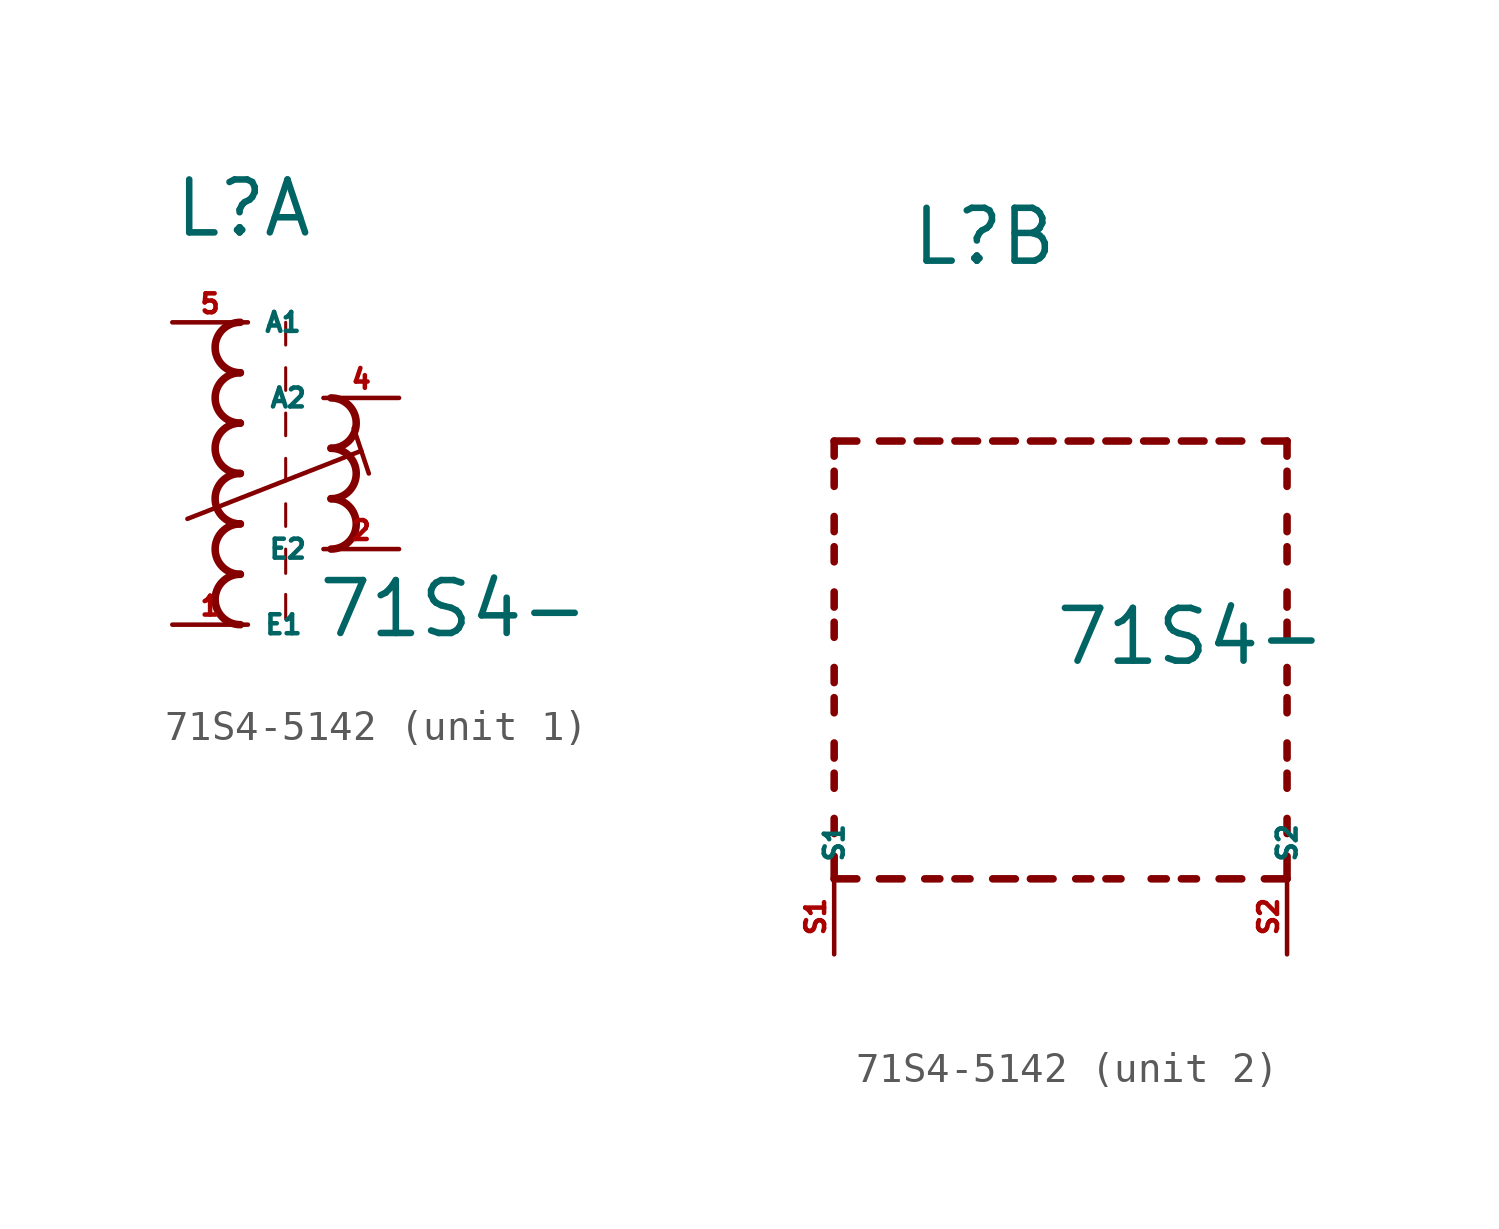
<source format=kicad_sym>
(kicad_symbol_lib
  (version 20220914)
  (generator kicad_symbol_editor)
  (symbol "71S4-5142"
    (property "Reference" "L"
      (at -2.54 7.874 0)
      (effects (font (size 1.778 1.778) (thickness 0.22)) (justify left bottom)))
    (property "Value" "71S4-"
      (at 2.286 -5.588 0)
      (effects (font (size 1.778 1.778) (thickness 0.22)) (justify left bottom)))
    (symbol "71S4-5142_1_0"
      (arc (start -0.254 -3.3866) (mid -1.1004 -4.2333) (end -0.254 -5.08) (stroke (width 0.254) (type default)) (fill (type none)))
      (arc (start -0.254 -1.6932) (mid -1.1004 -2.5399) (end -0.254 -3.3866) (stroke (width 0.254) (type default)) (fill (type none)))
      (arc (start -0.254 0) (mid -1.1004 -0.8467) (end -0.254 -1.6934) (stroke (width 0.254) (type default)) (fill (type none)))
      (arc (start -0.254 1.6934) (mid -1.1004 0.8467) (end -0.254 0) (stroke (width 0.254) (type default)) (fill (type none)))
      (arc (start -0.254 3.3866) (mid -1.1002 2.54) (end -0.254 1.6934) (stroke (width 0.254) (type default)) (fill (type none)))
      (arc (start -0.254 5.08) (mid -1.1004 4.2333) (end -0.254 3.3866) (stroke (width 0.254) (type default)) (fill (type none)))
      (polyline (pts (xy -2.032 -1.524) (xy 3.81 0.762)) (stroke (width 0.152) (type default)) (fill (type none)))
      (polyline (pts (xy 1.27 -4.064) (xy 1.27 -4.88)) (stroke (width 0.102) (type default)) (fill (type none)))
      (polyline (pts (xy 1.27 -2.54) (xy 1.27 -3.356)) (stroke (width 0.102) (type default)) (fill (type none)))
      (polyline (pts (xy 1.27 -1.016) (xy 1.27 -1.778)) (stroke (width 0.102) (type default)) (fill (type none)))
      (polyline (pts (xy 1.27 0.508) (xy 1.27 -0.254)) (stroke (width 0.102) (type default)) (fill (type none)))
      (polyline (pts (xy 1.27 2.032) (xy 1.27 1.27)) (stroke (width 0.102) (type default)) (fill (type none)))
      (polyline (pts (xy 1.27 3.556) (xy 1.27 2.794)) (stroke (width 0.102) (type default)) (fill (type none)))
      (polyline (pts (xy 1.27 5.08) (xy 1.27 4.318)) (stroke (width 0.102) (type default)) (fill (type none)))
      (polyline (pts (xy 3.556 1.524) (xy 4.064 0)) (stroke (width 0.152) (type default)) (fill (type none)))
      (arc (start 2.794 -2.54) (mid 3.6404 -1.6933) (end 2.794 -0.8466) (stroke (width 0.254) (type default)) (fill (type none)))
      (arc (start 2.794 -0.8466) (mid 3.6402 0) (end 2.794 0.8466) (stroke (width 0.254) (type default)) (fill (type none)))
      (arc (start 2.794 0.8466) (mid 3.6404 1.6933) (end 2.794 2.54) (stroke (width 0.254) (type default)) (fill (type none)))
      (pin passive line (at -2.54 -5.08 0) (length 2.54) (name "E1" (effects (font (size 0.635 0.635)))) (number "1" (effects (font (size 0.635 0.635)))))
      (pin passive line (at 5.08 -2.54 180) (length 2.54) (name "E2" (effects (font (size 0.635 0.635)))) (number "2" (effects (font (size 0.635 0.635)))))
      (pin passive line (at 5.08 2.54 180) (length 2.54) (name "A2" (effects (font (size 0.635 0.635)))) (number "4" (effects (font (size 0.635 0.635)))))
      (pin passive line (at -2.54 5.08 0) (length 2.54) (name "A1" (effects (font (size 0.635 0.635)))) (number "5" (effects (font (size 0.635 0.635))))))
    (symbol "71S4-5142_2_0"
      (polyline (pts (xy -5.08 -12.7) (xy -5.08 -11.938)) (stroke (width 0.254) (type default)) (fill (type none)))
      (polyline (pts (xy -5.08 -12.7) (xy -4.318 -12.7)) (stroke (width 0.254) (type default)) (fill (type none)))
      (polyline (pts (xy -5.08 -11.176) (xy -5.08 -10.668)) (stroke (width 0.254) (type default)) (fill (type none)))
      (polyline (pts (xy -5.08 -9.652) (xy -5.08 -9.144)) (stroke (width 0.254) (type default)) (fill (type none)))
      (polyline (pts (xy -5.08 -8.636) (xy -5.08 -8.128)) (stroke (width 0.254) (type default)) (fill (type none)))
      (polyline (pts (xy -5.08 -7.112) (xy -5.08 -6.604)) (stroke (width 0.254) (type default)) (fill (type none)))
      (polyline (pts (xy -5.08 -6.096) (xy -5.08 -5.588)) (stroke (width 0.254) (type default)) (fill (type none)))
      (polyline (pts (xy -5.08 -4.572) (xy -5.08 -4.064)) (stroke (width 0.254) (type default)) (fill (type none)))
      (polyline (pts (xy -5.08 -3.556) (xy -5.08 -3.048)) (stroke (width 0.254) (type default)) (fill (type none)))
      (polyline (pts (xy -5.08 -2.032) (xy -5.08 -1.524)) (stroke (width 0.254) (type default)) (fill (type none)))
      (polyline (pts (xy -5.08 -1.016) (xy -5.08 -0.508)) (stroke (width 0.254) (type default)) (fill (type none)))
      (polyline (pts (xy -5.08 0.508) (xy -5.08 1.016)) (stroke (width 0.254) (type default)) (fill (type none)))
      (polyline (pts (xy -5.08 1.524) (xy -5.08 2.032)) (stroke (width 0.254) (type default)) (fill (type none)))
      (polyline (pts (xy -5.08 2.032) (xy -4.318 2.032)) (stroke (width 0.254) (type default)) (fill (type none)))
      (polyline (pts (xy -3.556 -12.7) (xy -2.794 -12.7)) (stroke (width 0.254) (type default)) (fill (type none)))
      (polyline (pts (xy -3.556 2.032) (xy -2.794 2.032)) (stroke (width 0.254) (type default)) (fill (type none)))
      (polyline (pts (xy -1.524 -12.7) (xy -2.032 -12.7)) (stroke (width 0.254) (type default)) (fill (type none)))
      (polyline (pts (xy -1.524 2.032) (xy -2.286 2.032)) (stroke (width 0.254) (type default)) (fill (type none)))
      (polyline (pts (xy -1.016 2.032) (xy -0.254 2.032)) (stroke (width 0.254) (type default)) (fill (type none)))
      (polyline (pts (xy -0.508 -12.7) (xy -1.016 -12.7)) (stroke (width 0.254) (type default)) (fill (type none)))
      (polyline (pts (xy 1.016 -12.7) (xy 0.254 -12.7)) (stroke (width 0.254) (type default)) (fill (type none)))
      (polyline (pts (xy 1.016 2.032) (xy 0.254 2.032)) (stroke (width 0.254) (type default)) (fill (type none)))
      (polyline (pts (xy 1.524 -12.7) (xy 2.286 -12.7)) (stroke (width 0.254) (type default)) (fill (type none)))
      (polyline (pts (xy 1.524 2.032) (xy 2.286 2.032)) (stroke (width 0.254) (type default)) (fill (type none)))
      (polyline (pts (xy 3.556 -12.7) (xy 3.048 -12.7)) (stroke (width 0.254) (type default)) (fill (type none)))
      (polyline (pts (xy 3.556 2.032) (xy 2.794 2.032)) (stroke (width 0.254) (type default)) (fill (type none)))
      (polyline (pts (xy 4.064 2.032) (xy 4.826 2.032)) (stroke (width 0.254) (type default)) (fill (type none)))
      (polyline (pts (xy 4.572 -12.7) (xy 4.064 -12.7)) (stroke (width 0.254) (type default)) (fill (type none)))
      (polyline (pts (xy 6.096 -12.7) (xy 5.588 -12.7)) (stroke (width 0.254) (type default)) (fill (type none)))
      (polyline (pts (xy 6.096 2.032) (xy 5.334 2.032)) (stroke (width 0.254) (type default)) (fill (type none)))
      (polyline (pts (xy 6.604 2.032) (xy 7.366 2.032)) (stroke (width 0.254) (type default)) (fill (type none)))
      (polyline (pts (xy 7.112 -12.7) (xy 6.604 -12.7)) (stroke (width 0.254) (type default)) (fill (type none)))
      (polyline (pts (xy 8.636 -12.7) (xy 7.874 -12.7)) (stroke (width 0.254) (type default)) (fill (type none)))
      (polyline (pts (xy 8.636 2.032) (xy 7.874 2.032)) (stroke (width 0.254) (type default)) (fill (type none)))
      (polyline (pts (xy 10.16 -12.7) (xy 9.398 -12.7)) (stroke (width 0.254) (type default)) (fill (type none)))
      (polyline (pts (xy 10.16 -12.7) (xy 10.16 -11.938)) (stroke (width 0.254) (type default)) (fill (type none)))
      (polyline (pts (xy 10.16 -11.176) (xy 10.16 -10.668)) (stroke (width 0.254) (type default)) (fill (type none)))
      (polyline (pts (xy 10.16 -9.652) (xy 10.16 -9.144)) (stroke (width 0.254) (type default)) (fill (type none)))
      (polyline (pts (xy 10.16 -8.636) (xy 10.16 -8.128)) (stroke (width 0.254) (type default)) (fill (type none)))
      (polyline (pts (xy 10.16 -7.112) (xy 10.16 -6.604)) (stroke (width 0.254) (type default)) (fill (type none)))
      (polyline (pts (xy 10.16 -6.096) (xy 10.16 -5.588)) (stroke (width 0.254) (type default)) (fill (type none)))
      (polyline (pts (xy 10.16 -4.572) (xy 10.16 -4.064)) (stroke (width 0.254) (type default)) (fill (type none)))
      (polyline (pts (xy 10.16 -3.556) (xy 10.16 -3.048)) (stroke (width 0.254) (type default)) (fill (type none)))
      (polyline (pts (xy 10.16 -2.032) (xy 10.16 -1.524)) (stroke (width 0.254) (type default)) (fill (type none)))
      (polyline (pts (xy 10.16 -1.016) (xy 10.16 -0.508)) (stroke (width 0.254) (type default)) (fill (type none)))
      (polyline (pts (xy 10.16 0.508) (xy 10.16 1.016)) (stroke (width 0.254) (type default)) (fill (type none)))
      (polyline (pts (xy 10.16 1.524) (xy 10.16 2.032)) (stroke (width 0.254) (type default)) (fill (type none)))
      (polyline (pts (xy 10.16 2.032) (xy 9.398 2.032)) (stroke (width 0.254) (type default)) (fill (type none)))
      (pin passive line (at -5.08 -15.24 90) (length 2.54) (name "S1" (effects (font (size 0.635 0.635)))) (number "S1" (effects (font (size 0.635 0.635)))))
      (pin passive line (at 10.16 -15.24 90) (length 2.54) (name "S2" (effects (font (size 0.635 0.635)))) (number "S2" (effects (font (size 0.635 0.635))))))))
</source>
